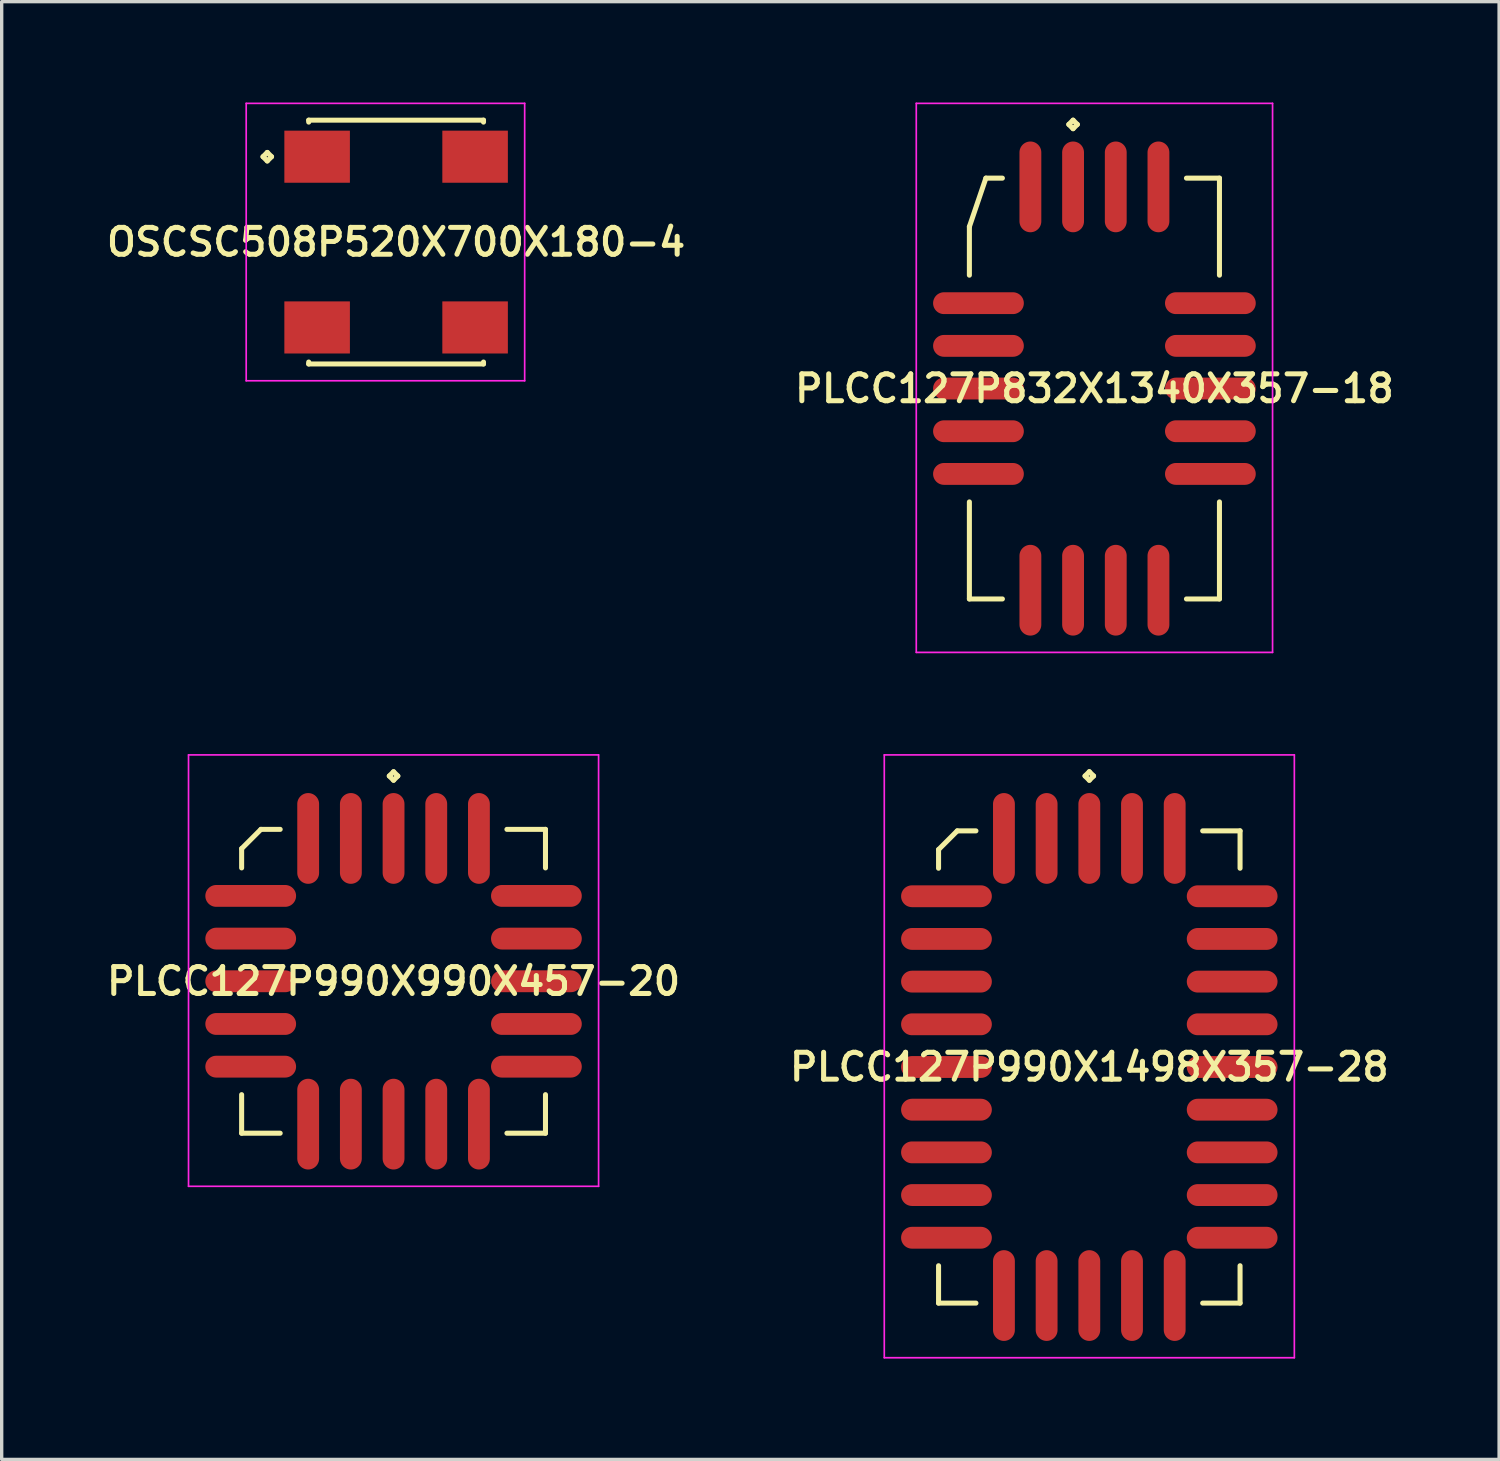
<source format=kicad_pcb>
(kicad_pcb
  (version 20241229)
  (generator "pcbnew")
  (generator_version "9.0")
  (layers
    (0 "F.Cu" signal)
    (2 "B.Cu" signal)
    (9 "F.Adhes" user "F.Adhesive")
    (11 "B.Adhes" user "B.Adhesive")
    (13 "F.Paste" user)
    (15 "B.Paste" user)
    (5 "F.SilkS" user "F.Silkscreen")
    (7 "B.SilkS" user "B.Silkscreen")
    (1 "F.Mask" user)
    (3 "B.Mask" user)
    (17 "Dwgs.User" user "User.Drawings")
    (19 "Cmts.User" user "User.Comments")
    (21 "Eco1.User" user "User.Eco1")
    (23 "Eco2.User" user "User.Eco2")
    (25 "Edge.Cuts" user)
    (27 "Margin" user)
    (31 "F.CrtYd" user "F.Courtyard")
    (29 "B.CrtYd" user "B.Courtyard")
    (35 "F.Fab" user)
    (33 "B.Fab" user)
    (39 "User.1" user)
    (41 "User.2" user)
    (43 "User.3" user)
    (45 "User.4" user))
  (footprint "PLCC127P832X1340X357-18"
    (layer "F.Cu")
    (at 29.511 8.51)
    (property "Reference" "PLCC127P832X1340X357-18" (at 0 0 0) (layer "F.SilkS") (effects (font (size 0.8 0.8) (thickness 0.15))))
    (attr smd)
    (fp_line (start -3.72 -4.816) (end -3.229 -6.26) (stroke (width 0.15) (type solid)) (layer "F.SilkS"))
    (fp_line (start -3.72 -3.373) (end -3.72 -4.816) (stroke (width 0.15) (type solid)) (layer "F.SilkS"))
    (fp_line (start -3.72 3.373) (end -3.72 6.26) (stroke (width 0.15) (type solid)) (layer "F.SilkS"))
    (fp_line (start -3.72 6.26) (end -2.738 6.26) (stroke (width 0.15) (type solid)) (layer "F.SilkS"))
    (fp_line (start -3.229 -6.26) (end -2.738 -6.26) (stroke (width 0.15) (type solid)) (layer "F.SilkS"))
    (fp_line (start -0.762 -7.858) (end -0.635 -7.985) (stroke (width 0.15) (type solid)) (layer "F.SilkS"))
    (fp_line (start -0.635 -7.985) (end -0.508 -7.858) (stroke (width 0.15) (type solid)) (layer "F.SilkS"))
    (fp_line (start -0.635 -7.731) (end -0.762 -7.858) (stroke (width 0.15) (type solid)) (layer "F.SilkS"))
    (fp_line (start -0.508 -7.858) (end -0.635 -7.731) (stroke (width 0.15) (type solid)) (layer "F.SilkS"))
    (fp_line (start 3.72 -6.26) (end 2.738 -6.26) (stroke (width 0.15) (type solid)) (layer "F.SilkS"))
    (fp_line (start 3.72 -3.373) (end 3.72 -6.26) (stroke (width 0.15) (type solid)) (layer "F.SilkS"))
    (fp_line (start 3.72 3.373) (end 3.72 6.26) (stroke (width 0.15) (type solid)) (layer "F.SilkS"))
    (fp_line (start 3.72 6.26) (end 2.738 6.26) (stroke (width 0.15) (type solid)) (layer "F.SilkS"))
    (fp_line (start -5.3 -8.485) (end 5.3 -8.485) (stroke (width 0.05) (type solid)) (layer "F.CrtYd"))
    (fp_line (start -5.3 7.85) (end -5.3 -8.485) (stroke (width 0.05) (type solid)) (layer "F.CrtYd"))
    (fp_line (start 5.3 -8.485) (end 5.3 7.85) (stroke (width 0.05) (type solid)) (layer "F.CrtYd"))
    (fp_line (start 5.3 7.85) (end -5.3 7.85) (stroke (width 0.05) (type solid)) (layer "F.CrtYd"))
    (pad "1" smd oval (at -0.635 -6) (size 0.65 2.7) (layers "F.Cu" "F.Mask" "F.Paste"))
    (pad "2" smd oval (at -1.905 -6) (size 0.65 2.7) (layers "F.Cu" "F.Mask" "F.Paste"))
    (pad "3" smd oval (at -3.45 -2.54) (size 2.7 0.65) (layers "F.Cu" "F.Mask" "F.Paste"))
    (pad "4" smd oval (at -3.45 -1.27) (size 2.7 0.65) (layers "F.Cu" "F.Mask" "F.Paste"))
    (pad "5" smd oval (at -3.45 0) (size 2.7 0.65) (layers "F.Cu" "F.Mask" "F.Paste"))
    (pad "6" smd oval (at -3.45 1.27) (size 2.7 0.65) (layers "F.Cu" "F.Mask" "F.Paste"))
    (pad "7" smd oval (at -3.45 2.54) (size 2.7 0.65) (layers "F.Cu" "F.Mask" "F.Paste"))
    (pad "8" smd oval (at -1.905 6) (size 0.65 2.7) (layers "F.Cu" "F.Mask" "F.Paste"))
    (pad "9" smd oval (at -0.635 6) (size 0.65 2.7) (layers "F.Cu" "F.Mask" "F.Paste"))
    (pad "10" smd oval (at 0.635 6) (size 0.65 2.7) (layers "F.Cu" "F.Mask" "F.Paste"))
    (pad "11" smd oval (at 1.905 6) (size 0.65 2.7) (layers "F.Cu" "F.Mask" "F.Paste"))
    (pad "12" smd oval (at 3.45 2.54) (size 2.7 0.65) (layers "F.Cu" "F.Mask" "F.Paste"))
    (pad "13" smd oval (at 3.45 1.27) (size 2.7 0.65) (layers "F.Cu" "F.Mask" "F.Paste"))
    (pad "14" smd oval (at 3.45 0) (size 2.7 0.65) (layers "F.Cu" "F.Mask" "F.Paste"))
    (pad "15" smd oval (at 3.45 -1.27) (size 2.7 0.65) (layers "F.Cu" "F.Mask" "F.Paste"))
    (pad "16" smd oval (at 3.45 -2.54) (size 2.7 0.65) (layers "F.Cu" "F.Mask" "F.Paste"))
    (pad "17" smd oval (at 1.905 -6) (size 0.65 2.7) (layers "F.Cu" "F.Mask" "F.Paste"))
    (pad "18" smd oval (at 0.635 -6) (size 0.65 2.7) (layers "F.Cu" "F.Mask" "F.Paste")))
  (footprint "PLCC127P990X990X457-20"
    (layer "F.Cu")
    (at 8.659 26.145)
    (property "Reference" "PLCC127P990X990X457-20" (at 0 0 0) (layer "F.SilkS") (effects (font (size 0.8 0.8) (thickness 0.15))))
    (attr smd)
    (fp_line (start -4.52 -3.946) (end -3.946 -4.52) (stroke (width 0.15) (type solid)) (layer "F.SilkS"))
    (fp_line (start -4.52 -3.373) (end -4.52 -3.946) (stroke (width 0.15) (type solid)) (layer "F.SilkS"))
    (fp_line (start -4.52 3.373) (end -4.52 4.52) (stroke (width 0.15) (type solid)) (layer "F.SilkS"))
    (fp_line (start -4.52 4.52) (end -3.373 4.52) (stroke (width 0.15) (type solid)) (layer "F.SilkS"))
    (fp_line (start -3.946 -4.52) (end -3.373 -4.52) (stroke (width 0.15) (type solid)) (layer "F.SilkS"))
    (fp_line (start -0.127 -6.108) (end 0 -6.235) (stroke (width 0.15) (type solid)) (layer "F.SilkS"))
    (fp_line (start 0 -6.235) (end 0.127 -6.108) (stroke (width 0.15) (type solid)) (layer "F.SilkS"))
    (fp_line (start 0 -5.981) (end -0.127 -6.108) (stroke (width 0.15) (type solid)) (layer "F.SilkS"))
    (fp_line (start 0.127 -6.108) (end 0 -5.981) (stroke (width 0.15) (type solid)) (layer "F.SilkS"))
    (fp_line (start 4.52 -4.52) (end 3.373 -4.52) (stroke (width 0.15) (type solid)) (layer "F.SilkS"))
    (fp_line (start 4.52 -3.373) (end 4.52 -4.52) (stroke (width 0.15) (type solid)) (layer "F.SilkS"))
    (fp_line (start 4.52 3.373) (end 4.52 4.52) (stroke (width 0.15) (type solid)) (layer "F.SilkS"))
    (fp_line (start 4.52 4.52) (end 3.373 4.52) (stroke (width 0.15) (type solid)) (layer "F.SilkS"))
    (fp_line (start -6.1 -6.735) (end 6.1 -6.735) (stroke (width 0.05) (type solid)) (layer "F.CrtYd"))
    (fp_line (start -6.1 6.1) (end -6.1 -6.735) (stroke (width 0.05) (type solid)) (layer "F.CrtYd"))
    (fp_line (start 6.1 -6.735) (end 6.1 6.1) (stroke (width 0.05) (type solid)) (layer "F.CrtYd"))
    (fp_line (start 6.1 6.1) (end -6.1 6.1) (stroke (width 0.05) (type solid)) (layer "F.CrtYd"))
    (pad "1" smd oval (at 0 -4.25) (size 0.65 2.7) (layers "F.Cu" "F.Mask" "F.Paste"))
    (pad "2" smd oval (at -1.27 -4.25) (size 0.65 2.7) (layers "F.Cu" "F.Mask" "F.Paste"))
    (pad "3" smd oval (at -2.54 -4.25) (size 0.65 2.7) (layers "F.Cu" "F.Mask" "F.Paste"))
    (pad "4" smd oval (at -4.25 -2.54) (size 2.7 0.65) (layers "F.Cu" "F.Mask" "F.Paste"))
    (pad "5" smd oval (at -4.25 -1.27) (size 2.7 0.65) (layers "F.Cu" "F.Mask" "F.Paste"))
    (pad "6" smd oval (at -4.25 0) (size 2.7 0.65) (layers "F.Cu" "F.Mask" "F.Paste"))
    (pad "7" smd oval (at -4.25 1.27) (size 2.7 0.65) (layers "F.Cu" "F.Mask" "F.Paste"))
    (pad "8" smd oval (at -4.25 2.54) (size 2.7 0.65) (layers "F.Cu" "F.Mask" "F.Paste"))
    (pad "9" smd oval (at -2.54 4.25) (size 0.65 2.7) (layers "F.Cu" "F.Mask" "F.Paste"))
    (pad "10" smd oval (at -1.27 4.25) (size 0.65 2.7) (layers "F.Cu" "F.Mask" "F.Paste"))
    (pad "11" smd oval (at 0 4.25) (size 0.65 2.7) (layers "F.Cu" "F.Mask" "F.Paste"))
    (pad "12" smd oval (at 1.27 4.25) (size 0.65 2.7) (layers "F.Cu" "F.Mask" "F.Paste"))
    (pad "13" smd oval (at 2.54 4.25) (size 0.65 2.7) (layers "F.Cu" "F.Mask" "F.Paste"))
    (pad "14" smd oval (at 4.25 2.54) (size 2.7 0.65) (layers "F.Cu" "F.Mask" "F.Paste"))
    (pad "15" smd oval (at 4.25 1.27) (size 2.7 0.65) (layers "F.Cu" "F.Mask" "F.Paste"))
    (pad "16" smd oval (at 4.25 0) (size 2.7 0.65) (layers "F.Cu" "F.Mask" "F.Paste"))
    (pad "17" smd oval (at 4.25 -1.27) (size 2.7 0.65) (layers "F.Cu" "F.Mask" "F.Paste"))
    (pad "18" smd oval (at 4.25 -2.54) (size 2.7 0.65) (layers "F.Cu" "F.Mask" "F.Paste"))
    (pad "19" smd oval (at 2.54 -4.25) (size 0.65 2.7) (layers "F.Cu" "F.Mask" "F.Paste"))
    (pad "20" smd oval (at 1.27 -4.25) (size 0.65 2.7) (layers "F.Cu" "F.Mask" "F.Paste")))
  (footprint "PLCC127P990X1498X357-28"
    (layer "F.Cu")
    (at 29.359 28.695)
    (property "Reference" "PLCC127P990X1498X357-28" (at 0 0 0) (layer "F.SilkS") (effects (font (size 0.8 0.8) (thickness 0.15))))
    (attr smd)
    (fp_line (start -4.485 -6.469) (end -3.929 -7.025) (stroke (width 0.15) (type solid)) (layer "F.SilkS"))
    (fp_line (start -4.485 -5.913) (end -4.485 -6.469) (stroke (width 0.15) (type solid)) (layer "F.SilkS"))
    (fp_line (start -4.485 5.913) (end -4.485 7.025) (stroke (width 0.15) (type solid)) (layer "F.SilkS"))
    (fp_line (start -4.485 7.025) (end -3.373 7.025) (stroke (width 0.15) (type solid)) (layer "F.SilkS"))
    (fp_line (start -3.929 -7.025) (end -3.373 -7.025) (stroke (width 0.15) (type solid)) (layer "F.SilkS"))
    (fp_line (start -0.127 -8.658) (end 0 -8.785) (stroke (width 0.15) (type solid)) (layer "F.SilkS"))
    (fp_line (start 0 -8.785) (end 0.127 -8.658) (stroke (width 0.15) (type solid)) (layer "F.SilkS"))
    (fp_line (start 0 -8.531) (end -0.127 -8.658) (stroke (width 0.15) (type solid)) (layer "F.SilkS"))
    (fp_line (start 0.127 -8.658) (end 0 -8.531) (stroke (width 0.15) (type solid)) (layer "F.SilkS"))
    (fp_line (start 4.485 -7.025) (end 3.373 -7.025) (stroke (width 0.15) (type solid)) (layer "F.SilkS"))
    (fp_line (start 4.485 -5.913) (end 4.485 -7.025) (stroke (width 0.15) (type solid)) (layer "F.SilkS"))
    (fp_line (start 4.485 5.913) (end 4.485 7.025) (stroke (width 0.15) (type solid)) (layer "F.SilkS"))
    (fp_line (start 4.485 7.025) (end 3.373 7.025) (stroke (width 0.15) (type solid)) (layer "F.SilkS"))
    (fp_line (start -6.1 -9.285) (end 6.1 -9.285) (stroke (width 0.05) (type solid)) (layer "F.CrtYd"))
    (fp_line (start -6.1 8.65) (end -6.1 -9.285) (stroke (width 0.05) (type solid)) (layer "F.CrtYd"))
    (fp_line (start 6.1 -9.285) (end 6.1 8.65) (stroke (width 0.05) (type solid)) (layer "F.CrtYd"))
    (fp_line (start 6.1 8.65) (end -6.1 8.65) (stroke (width 0.05) (type solid)) (layer "F.CrtYd"))
    (pad "1" smd oval (at 0 -6.8) (size 0.65 2.7) (layers "F.Cu" "F.Mask" "F.Paste"))
    (pad "2" smd oval (at -1.27 -6.8) (size 0.65 2.7) (layers "F.Cu" "F.Mask" "F.Paste"))
    (pad "3" smd oval (at -2.54 -6.8) (size 0.65 2.7) (layers "F.Cu" "F.Mask" "F.Paste"))
    (pad "4" smd oval (at -4.25 -5.08) (size 2.7 0.65) (layers "F.Cu" "F.Mask" "F.Paste"))
    (pad "5" smd oval (at -4.25 -3.81) (size 2.7 0.65) (layers "F.Cu" "F.Mask" "F.Paste"))
    (pad "6" smd oval (at -4.25 -2.54) (size 2.7 0.65) (layers "F.Cu" "F.Mask" "F.Paste"))
    (pad "7" smd oval (at -4.25 -1.27) (size 2.7 0.65) (layers "F.Cu" "F.Mask" "F.Paste"))
    (pad "8" smd oval (at -4.25 0) (size 2.7 0.65) (layers "F.Cu" "F.Mask" "F.Paste"))
    (pad "9" smd oval (at -4.25 1.27) (size 2.7 0.65) (layers "F.Cu" "F.Mask" "F.Paste"))
    (pad "10" smd oval (at -4.25 2.54) (size 2.7 0.65) (layers "F.Cu" "F.Mask" "F.Paste"))
    (pad "11" smd oval (at -4.25 3.81) (size 2.7 0.65) (layers "F.Cu" "F.Mask" "F.Paste"))
    (pad "12" smd oval (at -4.25 5.08) (size 2.7 0.65) (layers "F.Cu" "F.Mask" "F.Paste"))
    (pad "13" smd oval (at -2.54 6.8) (size 0.65 2.7) (layers "F.Cu" "F.Mask" "F.Paste"))
    (pad "14" smd oval (at -1.27 6.8) (size 0.65 2.7) (layers "F.Cu" "F.Mask" "F.Paste"))
    (pad "15" smd oval (at 0 6.8) (size 0.65 2.7) (layers "F.Cu" "F.Mask" "F.Paste"))
    (pad "16" smd oval (at 1.27 6.8) (size 0.65 2.7) (layers "F.Cu" "F.Mask" "F.Paste"))
    (pad "17" smd oval (at 2.54 6.8) (size 0.65 2.7) (layers "F.Cu" "F.Mask" "F.Paste"))
    (pad "18" smd oval (at 4.25 5.08) (size 2.7 0.65) (layers "F.Cu" "F.Mask" "F.Paste"))
    (pad "19" smd oval (at 4.25 3.81) (size 2.7 0.65) (layers "F.Cu" "F.Mask" "F.Paste"))
    (pad "20" smd oval (at 4.25 2.54) (size 2.7 0.65) (layers "F.Cu" "F.Mask" "F.Paste"))
    (pad "21" smd oval (at 4.25 1.27) (size 2.7 0.65) (layers "F.Cu" "F.Mask" "F.Paste"))
    (pad "22" smd oval (at 4.25 0) (size 2.7 0.65) (layers "F.Cu" "F.Mask" "F.Paste"))
    (pad "23" smd oval (at 4.25 -1.27) (size 2.7 0.65) (layers "F.Cu" "F.Mask" "F.Paste"))
    (pad "24" smd oval (at 4.25 -2.54) (size 2.7 0.65) (layers "F.Cu" "F.Mask" "F.Paste"))
    (pad "25" smd oval (at 4.25 -3.81) (size 2.7 0.65) (layers "F.Cu" "F.Mask" "F.Paste"))
    (pad "26" smd oval (at 4.25 -5.08) (size 2.7 0.65) (layers "F.Cu" "F.Mask" "F.Paste"))
    (pad "27" smd oval (at 2.54 -6.8) (size 0.65 2.7) (layers "F.Cu" "F.Mask" "F.Paste"))
    (pad "28" smd oval (at 1.27 -6.8) (size 0.65 2.7) (layers "F.Cu" "F.Mask" "F.Paste")))
  (footprint "OSCSC508P520X700X180-4"
    (layer "F.Cu")
    (at 8.735 4.152)
    (property "Reference" "OSCSC508P520X700X180-4" (at 0 0 0) (layer "F.SilkS") (effects (font (size 0.8 0.8) (thickness 0.15))))
    (attr smd)
    (fp_line (start -3.96 -2.54) (end -3.833 -2.667) (stroke (width 0.15) (type solid)) (layer "F.SilkS"))
    (fp_line (start -3.833 -2.667) (end -3.706 -2.54) (stroke (width 0.15) (type solid)) (layer "F.SilkS"))
    (fp_line (start -3.833 -2.413) (end -3.96 -2.54) (stroke (width 0.15) (type solid)) (layer "F.SilkS"))
    (fp_line (start -3.706 -2.54) (end -3.833 -2.413) (stroke (width 0.15) (type solid)) (layer "F.SilkS"))
    (fp_line (start -2.6 -3.627) (end 2.6 -3.627) (stroke (width 0.15) (type solid)) (layer "F.SilkS"))
    (fp_line (start -2.6 -3.569) (end -2.6 -3.627) (stroke (width 0.15) (type solid)) (layer "F.SilkS"))
    (fp_line (start -2.6 3.569) (end -2.6 3.627) (stroke (width 0.15) (type solid)) (layer "F.SilkS"))
    (fp_line (start -2.6 3.627) (end 2.6 3.627) (stroke (width 0.15) (type solid)) (layer "F.SilkS"))
    (fp_line (start 2.6 -3.627) (end 2.6 -3.569) (stroke (width 0.15) (type solid)) (layer "F.SilkS"))
    (fp_line (start 2.6 3.627) (end 2.6 3.569) (stroke (width 0.15) (type solid)) (layer "F.SilkS"))
    (fp_line (start -4.46 -4.127) (end 3.825 -4.127) (stroke (width 0.05) (type solid)) (layer "F.CrtYd"))
    (fp_line (start -4.46 4.127) (end -4.46 -4.127) (stroke (width 0.05) (type solid)) (layer "F.CrtYd"))
    (fp_line (start 3.825 -4.127) (end 3.825 4.127) (stroke (width 0.05) (type solid)) (layer "F.CrtYd"))
    (fp_line (start 3.825 4.127) (end -4.46 4.127) (stroke (width 0.05) (type solid)) (layer "F.CrtYd"))
    (pad "1" smd rect (at -2.35 -2.54) (size 1.95 1.55) (layers "F.Cu" "F.Mask" "F.Paste"))
    (pad "2" smd rect (at -2.35 2.54) (size 1.95 1.55) (layers "F.Cu" "F.Mask" "F.Paste"))
    (pad "3" smd rect (at 2.35 2.54) (size 1.95 1.55) (layers "F.Cu" "F.Mask" "F.Paste"))
    (pad "4" smd rect (at 2.35 -2.54) (size 1.95 1.55) (layers "F.Cu" "F.Mask" "F.Paste")))
  (gr_rect
    (start -3 -3)
    (end 41.551 40.37)
    (stroke (width 0.1) (type default))
    (fill no)
    (layer "Edge.Cuts")))
</source>
